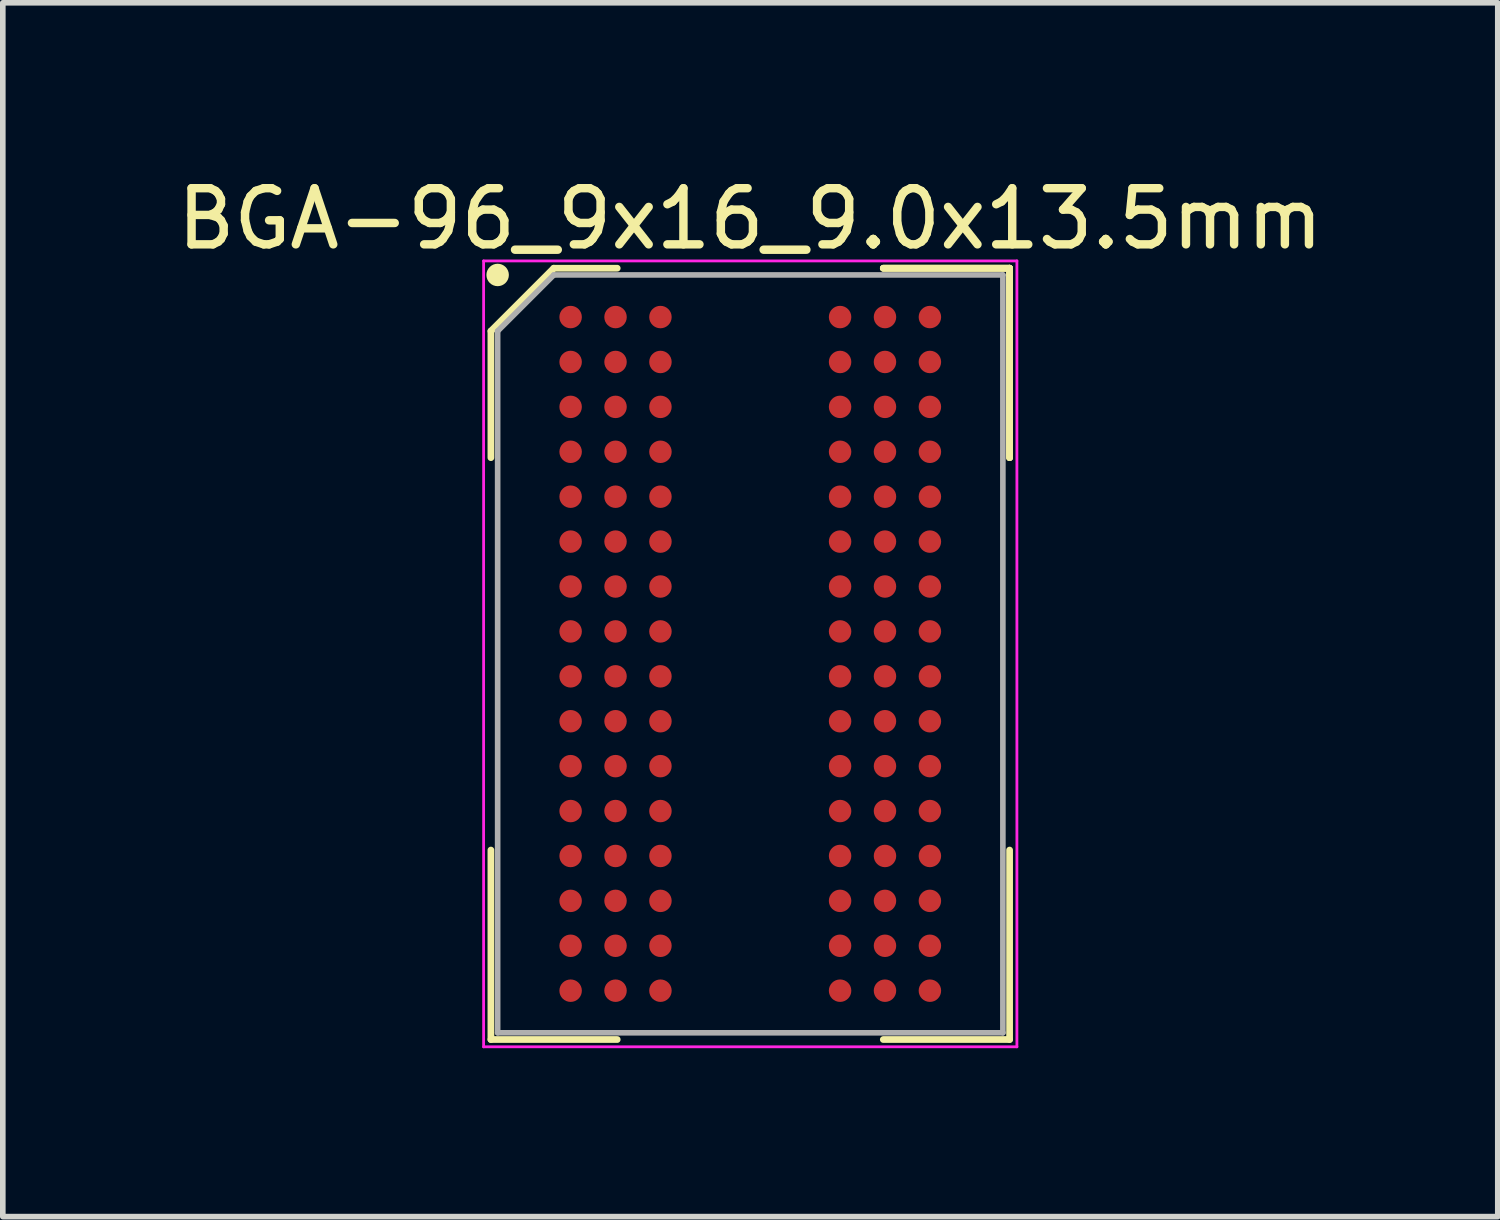
<source format=kicad_pcb>
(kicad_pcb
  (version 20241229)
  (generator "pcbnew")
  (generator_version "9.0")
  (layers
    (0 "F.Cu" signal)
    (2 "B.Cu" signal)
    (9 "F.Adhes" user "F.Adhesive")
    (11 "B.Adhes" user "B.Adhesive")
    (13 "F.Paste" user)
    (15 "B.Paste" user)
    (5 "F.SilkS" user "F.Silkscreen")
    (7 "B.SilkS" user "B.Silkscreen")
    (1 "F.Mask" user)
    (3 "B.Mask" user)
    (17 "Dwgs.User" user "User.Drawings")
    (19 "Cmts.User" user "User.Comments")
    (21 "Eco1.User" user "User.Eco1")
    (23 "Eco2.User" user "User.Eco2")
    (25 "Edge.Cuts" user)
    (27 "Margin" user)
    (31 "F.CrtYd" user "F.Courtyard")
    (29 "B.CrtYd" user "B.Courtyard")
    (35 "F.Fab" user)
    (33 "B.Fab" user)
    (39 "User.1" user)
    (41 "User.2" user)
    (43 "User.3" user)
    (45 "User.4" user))
  (footprint "BGA-96_9x16_9.0x13.5mm"
    (layer "F.Cu")
    (at 7.115 2.598)
    (property "Reference" "BGA-96_9x16_9.0x13.5mm" (at 3.2 -1.75 0) (layer "F.SilkS") (effects (font (size 1 1) (thickness 0.15))))
    (attr smd)
    (fp_line (start -1.42 0.25) (end -1.42 2.505) (stroke (width 0.12) (type solid)) (layer "F.SilkS"))
    (fp_line (start -1.42 12.87) (end -1.42 9.495) (stroke (width 0.12) (type solid)) (layer "F.SilkS"))
    (fp_line (start -0.3 -0.87) (end -1.42 0.25) (stroke (width 0.12) (type solid)) (layer "F.SilkS"))
    (fp_line (start 0.83 -0.87) (end -0.3 -0.87) (stroke (width 0.12) (type solid)) (layer "F.SilkS"))
    (fp_line (start 0.83 12.87) (end -1.42 12.87) (stroke (width 0.12) (type solid)) (layer "F.SilkS"))
    (fp_line (start 5.57 -0.87) (end 7.82 -0.87) (stroke (width 0.12) (type solid)) (layer "F.SilkS"))
    (fp_line (start 5.57 -0.87) (end 7.82 -0.87) (stroke (width 0.12) (type solid)) (layer "F.SilkS"))
    (fp_line (start 5.57 -0.87) (end 7.82 -0.87) (stroke (width 0.12) (type solid)) (layer "F.SilkS"))
    (fp_line (start 5.57 12.87) (end 7.82 12.87) (stroke (width 0.12) (type solid)) (layer "F.SilkS"))
    (fp_line (start 7.82 -0.87) (end 7.82 2.505) (stroke (width 0.12) (type solid)) (layer "F.SilkS"))
    (fp_line (start 7.82 -0.87) (end 7.82 2.505) (stroke (width 0.12) (type solid)) (layer "F.SilkS"))
    (fp_line (start 7.82 -0.87) (end 7.82 2.505) (stroke (width 0.12) (type solid)) (layer "F.SilkS"))
    (fp_line (start 7.82 12.87) (end 7.82 9.495) (stroke (width 0.12) (type solid)) (layer "F.SilkS"))
    (fp_circle (center -1.3 -0.75) (end -1.3 -0.65) (stroke (width 0.2) (type solid)) (fill no) (layer "F.SilkS"))
    (fp_line (start -1.55 -1) (end 7.95 -1) (stroke (width 0.05) (type solid)) (layer "F.CrtYd"))
    (fp_line (start -1.55 13) (end -1.55 -1) (stroke (width 0.05) (type solid)) (layer "F.CrtYd"))
    (fp_line (start 7.95 -1) (end 7.95 13) (stroke (width 0.05) (type solid)) (layer "F.CrtYd"))
    (fp_line (start 7.95 13) (end -1.55 13) (stroke (width 0.05) (type solid)) (layer "F.CrtYd"))
    (fp_line (start -1.3 0.25) (end -1.3 12.75) (stroke (width 0.1) (type solid)) (layer "F.Fab"))
    (fp_line (start -1.3 12.75) (end 7.7 12.75) (stroke (width 0.1) (type solid)) (layer "F.Fab"))
    (fp_line (start -0.3 -0.75) (end -1.3 0.25) (stroke (width 0.1) (type solid)) (layer "F.Fab"))
    (fp_line (start 7.7 -0.75) (end -0.3 -0.75) (stroke (width 0.1) (type solid)) (layer "F.Fab"))
    (fp_line (start 7.7 12.75) (end 7.7 -0.75) (stroke (width 0.1) (type solid)) (layer "F.Fab"))
    (pad "A1" smd circle (at 0 0) (size 0.4 0.4) (layers "F.Cu" "F.Mask" "F.Paste"))
    (pad "A2" smd circle (at 0.8 0) (size 0.4 0.4) (layers "F.Cu" "F.Mask" "F.Paste"))
    (pad "A3" smd circle (at 1.6 0) (size 0.4 0.4) (layers "F.Cu" "F.Mask" "F.Paste"))
    (pad "A7" smd circle (at 4.8 0) (size 0.4 0.4) (layers "F.Cu" "F.Mask" "F.Paste"))
    (pad "A8" smd circle (at 5.6 0) (size 0.4 0.4) (layers "F.Cu" "F.Mask" "F.Paste"))
    (pad "A9" smd circle (at 6.4 0) (size 0.4 0.4) (layers "F.Cu" "F.Mask" "F.Paste"))
    (pad "B1" smd circle (at 0 0.8) (size 0.4 0.4) (layers "F.Cu" "F.Mask" "F.Paste"))
    (pad "B2" smd circle (at 0.8 0.8) (size 0.4 0.4) (layers "F.Cu" "F.Mask" "F.Paste"))
    (pad "B3" smd circle (at 1.6 0.8) (size 0.4 0.4) (layers "F.Cu" "F.Mask" "F.Paste"))
    (pad "B7" smd circle (at 4.8 0.8) (size 0.4 0.4) (layers "F.Cu" "F.Mask" "F.Paste"))
    (pad "B8" smd circle (at 5.6 0.8) (size 0.4 0.4) (layers "F.Cu" "F.Mask" "F.Paste"))
    (pad "B9" smd circle (at 6.4 0.8) (size 0.4 0.4) (layers "F.Cu" "F.Mask" "F.Paste"))
    (pad "C1" smd circle (at 0 1.6) (size 0.4 0.4) (layers "F.Cu" "F.Mask" "F.Paste"))
    (pad "C2" smd circle (at 0.8 1.6) (size 0.4 0.4) (layers "F.Cu" "F.Mask" "F.Paste"))
    (pad "C3" smd circle (at 1.6 1.6) (size 0.4 0.4) (layers "F.Cu" "F.Mask" "F.Paste"))
    (pad "C7" smd circle (at 4.8 1.6) (size 0.4 0.4) (layers "F.Cu" "F.Mask" "F.Paste"))
    (pad "C8" smd circle (at 5.6 1.6) (size 0.4 0.4) (layers "F.Cu" "F.Mask" "F.Paste"))
    (pad "C9" smd circle (at 6.4 1.6) (size 0.4 0.4) (layers "F.Cu" "F.Mask" "F.Paste"))
    (pad "D1" smd circle (at 0 2.4) (size 0.4 0.4) (layers "F.Cu" "F.Mask" "F.Paste"))
    (pad "D2" smd circle (at 0.8 2.4) (size 0.4 0.4) (layers "F.Cu" "F.Mask" "F.Paste"))
    (pad "D3" smd circle (at 1.6 2.4) (size 0.4 0.4) (layers "F.Cu" "F.Mask" "F.Paste"))
    (pad "D7" smd circle (at 4.8 2.4) (size 0.4 0.4) (layers "F.Cu" "F.Mask" "F.Paste"))
    (pad "D8" smd circle (at 5.6 2.4) (size 0.4 0.4) (layers "F.Cu" "F.Mask" "F.Paste"))
    (pad "D9" smd circle (at 6.4 2.4) (size 0.4 0.4) (layers "F.Cu" "F.Mask" "F.Paste"))
    (pad "E1" smd circle (at 0 3.2) (size 0.4 0.4) (layers "F.Cu" "F.Mask" "F.Paste"))
    (pad "E2" smd circle (at 0.8 3.2) (size 0.4 0.4) (layers "F.Cu" "F.Mask" "F.Paste"))
    (pad "E3" smd circle (at 1.6 3.2) (size 0.4 0.4) (layers "F.Cu" "F.Mask" "F.Paste"))
    (pad "E7" smd circle (at 4.8 3.2) (size 0.4 0.4) (layers "F.Cu" "F.Mask" "F.Paste"))
    (pad "E8" smd circle (at 5.6 3.2) (size 0.4 0.4) (layers "F.Cu" "F.Mask" "F.Paste"))
    (pad "E9" smd circle (at 6.4 3.2) (size 0.4 0.4) (layers "F.Cu" "F.Mask" "F.Paste"))
    (pad "F1" smd circle (at 0 4) (size 0.4 0.4) (layers "F.Cu" "F.Mask" "F.Paste"))
    (pad "F2" smd circle (at 0.8 4) (size 0.4 0.4) (layers "F.Cu" "F.Mask" "F.Paste"))
    (pad "F3" smd circle (at 1.6 4) (size 0.4 0.4) (layers "F.Cu" "F.Mask" "F.Paste"))
    (pad "F7" smd circle (at 4.8 4) (size 0.4 0.4) (layers "F.Cu" "F.Mask" "F.Paste"))
    (pad "F8" smd circle (at 5.6 4) (size 0.4 0.4) (layers "F.Cu" "F.Mask" "F.Paste"))
    (pad "F9" smd circle (at 6.4 4) (size 0.4 0.4) (layers "F.Cu" "F.Mask" "F.Paste"))
    (pad "G1" smd circle (at 0 4.8) (size 0.4 0.4) (layers "F.Cu" "F.Mask" "F.Paste"))
    (pad "G2" smd circle (at 0.8 4.8) (size 0.4 0.4) (layers "F.Cu" "F.Mask" "F.Paste"))
    (pad "G3" smd circle (at 1.6 4.8) (size 0.4 0.4) (layers "F.Cu" "F.Mask" "F.Paste"))
    (pad "G7" smd circle (at 4.8 4.8) (size 0.4 0.4) (layers "F.Cu" "F.Mask" "F.Paste"))
    (pad "G8" smd circle (at 5.6 4.8) (size 0.4 0.4) (layers "F.Cu" "F.Mask" "F.Paste"))
    (pad "G9" smd circle (at 6.4 4.8) (size 0.4 0.4) (layers "F.Cu" "F.Mask" "F.Paste"))
    (pad "H1" smd circle (at 0 5.6) (size 0.4 0.4) (layers "F.Cu" "F.Mask" "F.Paste"))
    (pad "H2" smd circle (at 0.8 5.6) (size 0.4 0.4) (layers "F.Cu" "F.Mask" "F.Paste"))
    (pad "H3" smd circle (at 1.6 5.6) (size 0.4 0.4) (layers "F.Cu" "F.Mask" "F.Paste"))
    (pad "H7" smd circle (at 4.8 5.6) (size 0.4 0.4) (layers "F.Cu" "F.Mask" "F.Paste"))
    (pad "H8" smd circle (at 5.6 5.6) (size 0.4 0.4) (layers "F.Cu" "F.Mask" "F.Paste"))
    (pad "H9" smd circle (at 6.4 5.6) (size 0.4 0.4) (layers "F.Cu" "F.Mask" "F.Paste"))
    (pad "J1" smd circle (at 0 6.4) (size 0.4 0.4) (layers "F.Cu" "F.Mask" "F.Paste"))
    (pad "J2" smd circle (at 0.8 6.4) (size 0.4 0.4) (layers "F.Cu" "F.Mask" "F.Paste"))
    (pad "J3" smd circle (at 1.6 6.4) (size 0.4 0.4) (layers "F.Cu" "F.Mask" "F.Paste"))
    (pad "J7" smd circle (at 4.8 6.4) (size 0.4 0.4) (layers "F.Cu" "F.Mask" "F.Paste"))
    (pad "J8" smd circle (at 5.6 6.4) (size 0.4 0.4) (layers "F.Cu" "F.Mask" "F.Paste"))
    (pad "J9" smd circle (at 6.4 6.4) (size 0.4 0.4) (layers "F.Cu" "F.Mask" "F.Paste"))
    (pad "K1" smd circle (at 0 7.2) (size 0.4 0.4) (layers "F.Cu" "F.Mask" "F.Paste"))
    (pad "K2" smd circle (at 0.8 7.2) (size 0.4 0.4) (layers "F.Cu" "F.Mask" "F.Paste"))
    (pad "K3" smd circle (at 1.6 7.2) (size 0.4 0.4) (layers "F.Cu" "F.Mask" "F.Paste"))
    (pad "K7" smd circle (at 4.8 7.2) (size 0.4 0.4) (layers "F.Cu" "F.Mask" "F.Paste"))
    (pad "K8" smd circle (at 5.6 7.2) (size 0.4 0.4) (layers "F.Cu" "F.Mask" "F.Paste"))
    (pad "K9" smd circle (at 6.4 7.2) (size 0.4 0.4) (layers "F.Cu" "F.Mask" "F.Paste"))
    (pad "L1" smd circle (at 0 8) (size 0.4 0.4) (layers "F.Cu" "F.Mask" "F.Paste"))
    (pad "L2" smd circle (at 0.8 8) (size 0.4 0.4) (layers "F.Cu" "F.Mask" "F.Paste"))
    (pad "L3" smd circle (at 1.6 8) (size 0.4 0.4) (layers "F.Cu" "F.Mask" "F.Paste"))
    (pad "L7" smd circle (at 4.8 8) (size 0.4 0.4) (layers "F.Cu" "F.Mask" "F.Paste"))
    (pad "L8" smd circle (at 5.6 8) (size 0.4 0.4) (layers "F.Cu" "F.Mask" "F.Paste"))
    (pad "L9" smd circle (at 6.4 8) (size 0.4 0.4) (layers "F.Cu" "F.Mask" "F.Paste"))
    (pad "M1" smd circle (at 0 8.8) (size 0.4 0.4) (layers "F.Cu" "F.Mask" "F.Paste"))
    (pad "M2" smd circle (at 0.8 8.8) (size 0.4 0.4) (layers "F.Cu" "F.Mask" "F.Paste"))
    (pad "M3" smd circle (at 1.6 8.8) (size 0.4 0.4) (layers "F.Cu" "F.Mask" "F.Paste"))
    (pad "M7" smd circle (at 4.8 8.8) (size 0.4 0.4) (layers "F.Cu" "F.Mask" "F.Paste"))
    (pad "M8" smd circle (at 5.6 8.8) (size 0.4 0.4) (layers "F.Cu" "F.Mask" "F.Paste"))
    (pad "M9" smd circle (at 6.4 8.8) (size 0.4 0.4) (layers "F.Cu" "F.Mask" "F.Paste"))
    (pad "N1" smd circle (at 0 9.6) (size 0.4 0.4) (layers "F.Cu" "F.Mask" "F.Paste"))
    (pad "N2" smd circle (at 0.8 9.6) (size 0.4 0.4) (layers "F.Cu" "F.Mask" "F.Paste"))
    (pad "N3" smd circle (at 1.6 9.6) (size 0.4 0.4) (layers "F.Cu" "F.Mask" "F.Paste"))
    (pad "N7" smd circle (at 4.8 9.6) (size 0.4 0.4) (layers "F.Cu" "F.Mask" "F.Paste"))
    (pad "N8" smd circle (at 5.6 9.6) (size 0.4 0.4) (layers "F.Cu" "F.Mask" "F.Paste"))
    (pad "N9" smd circle (at 6.4 9.6) (size 0.4 0.4) (layers "F.Cu" "F.Mask" "F.Paste"))
    (pad "P1" smd circle (at 0 10.4) (size 0.4 0.4) (layers "F.Cu" "F.Mask" "F.Paste"))
    (pad "P2" smd circle (at 0.8 10.4) (size 0.4 0.4) (layers "F.Cu" "F.Mask" "F.Paste"))
    (pad "P3" smd circle (at 1.6 10.4) (size 0.4 0.4) (layers "F.Cu" "F.Mask" "F.Paste"))
    (pad "P7" smd circle (at 4.8 10.4) (size 0.4 0.4) (layers "F.Cu" "F.Mask" "F.Paste"))
    (pad "P8" smd circle (at 5.6 10.4) (size 0.4 0.4) (layers "F.Cu" "F.Mask" "F.Paste"))
    (pad "P9" smd circle (at 6.4 10.4) (size 0.4 0.4) (layers "F.Cu" "F.Mask" "F.Paste"))
    (pad "R1" smd circle (at 0 11.2) (size 0.4 0.4) (layers "F.Cu" "F.Mask" "F.Paste"))
    (pad "R2" smd circle (at 0.8 11.2) (size 0.4 0.4) (layers "F.Cu" "F.Mask" "F.Paste"))
    (pad "R3" smd circle (at 1.6 11.2) (size 0.4 0.4) (layers "F.Cu" "F.Mask" "F.Paste"))
    (pad "R7" smd circle (at 4.8 11.2) (size 0.4 0.4) (layers "F.Cu" "F.Mask" "F.Paste"))
    (pad "R8" smd circle (at 5.6 11.2) (size 0.4 0.4) (layers "F.Cu" "F.Mask" "F.Paste"))
    (pad "R9" smd circle (at 6.4 11.2) (size 0.4 0.4) (layers "F.Cu" "F.Mask" "F.Paste"))
    (pad "T1" smd circle (at 0 12) (size 0.4 0.4) (layers "F.Cu" "F.Mask" "F.Paste"))
    (pad "T2" smd circle (at 0.8 12) (size 0.4 0.4) (layers "F.Cu" "F.Mask" "F.Paste"))
    (pad "T3" smd circle (at 1.6 12) (size 0.4 0.4) (layers "F.Cu" "F.Mask" "F.Paste"))
    (pad "T7" smd circle (at 4.8 12) (size 0.4 0.4) (layers "F.Cu" "F.Mask" "F.Paste"))
    (pad "T8" smd circle (at 5.6 12) (size 0.4 0.4) (layers "F.Cu" "F.Mask" "F.Paste"))
    (pad "T9" smd circle (at 6.4 12) (size 0.4 0.4) (layers "F.Cu" "F.Mask" "F.Paste")))
  (gr_rect
    (start -3 -3)
    (end 23.631 18.623)
    (stroke (width 0.1) (type default))
    (fill no)
    (layer "Edge.Cuts")))
</source>
